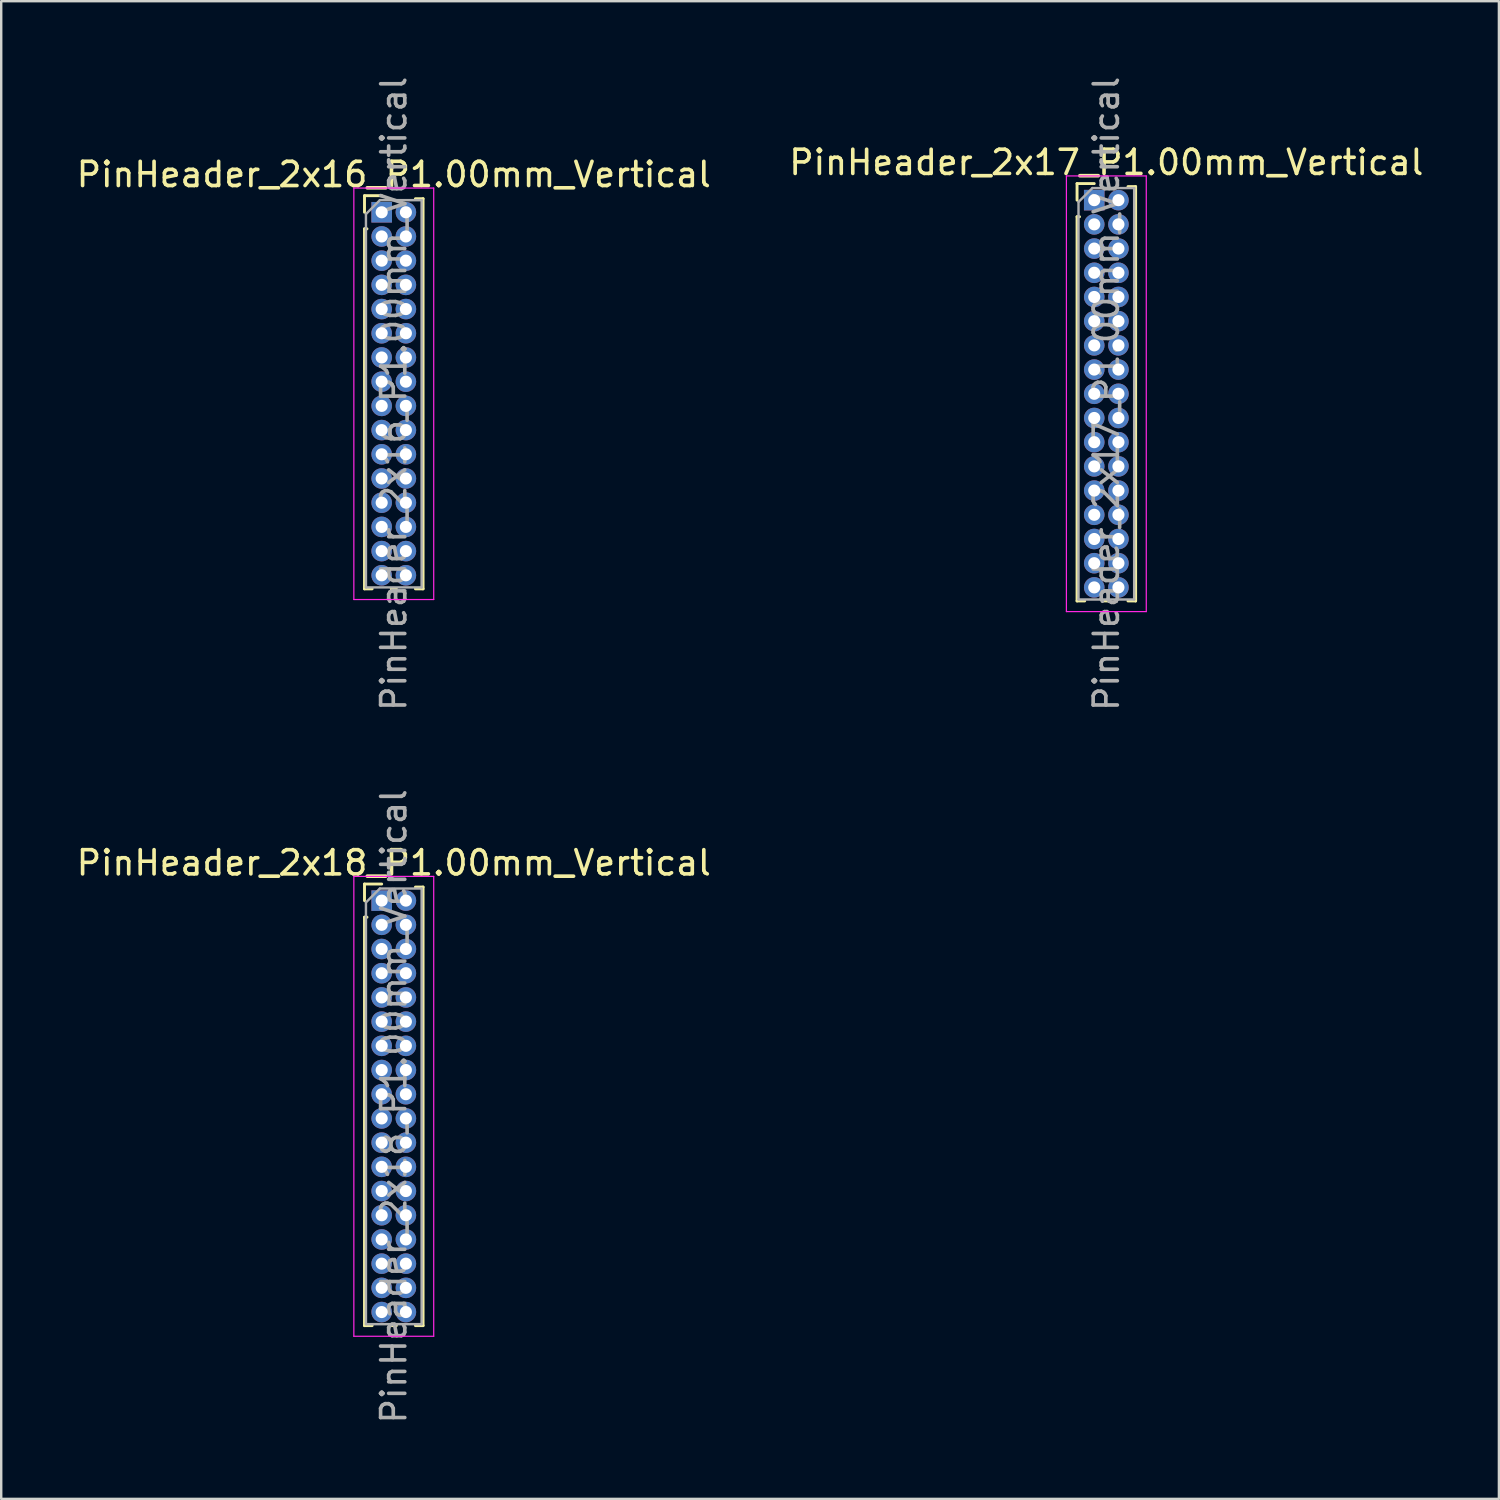
<source format=kicad_pcb>
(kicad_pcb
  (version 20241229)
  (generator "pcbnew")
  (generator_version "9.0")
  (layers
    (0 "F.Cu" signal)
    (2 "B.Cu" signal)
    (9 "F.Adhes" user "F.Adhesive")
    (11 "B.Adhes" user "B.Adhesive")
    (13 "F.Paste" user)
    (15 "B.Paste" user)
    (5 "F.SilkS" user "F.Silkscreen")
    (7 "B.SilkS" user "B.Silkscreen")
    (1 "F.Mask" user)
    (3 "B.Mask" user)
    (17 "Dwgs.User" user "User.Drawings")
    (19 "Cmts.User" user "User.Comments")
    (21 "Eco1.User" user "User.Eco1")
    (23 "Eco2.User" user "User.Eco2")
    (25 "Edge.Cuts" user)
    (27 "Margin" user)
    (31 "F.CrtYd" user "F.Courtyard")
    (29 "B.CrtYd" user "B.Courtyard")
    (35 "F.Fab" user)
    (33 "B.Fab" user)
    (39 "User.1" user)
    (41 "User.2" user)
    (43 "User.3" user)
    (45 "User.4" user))
  (footprint "PinHeader_2x17_P1.00mm_Vertical"
    (layer "F.Cu")
    (at 42.161 5.22)
    (property "Reference" "PinHeader_2x17_P1.00mm_Vertical" (at 0.5 -1.56 0) (layer "F.SilkS") (effects (font (size 1 1) (thickness 0.15))))
    (attr through_hole)
    (fp_line (start -0.71 -0.685) (end 0 -0.685) (stroke (width 0.12) (type solid)) (layer "F.SilkS"))
    (fp_line (start -0.71 0) (end -0.71 -0.685) (stroke (width 0.12) (type solid)) (layer "F.SilkS"))
    (fp_line (start -0.71 0.685) (end -0.71 16.56) (stroke (width 0.12) (type solid)) (layer "F.SilkS"))
    (fp_line (start -0.71 0.685) (end -0.608 0.685) (stroke (width 0.12) (type solid)) (layer "F.SilkS"))
    (fp_line (start -0.71 16.56) (end -0.394 16.56) (stroke (width 0.12) (type solid)) (layer "F.SilkS"))
    (fp_line (start 0.394 16.56) (end 0.606 16.56) (stroke (width 0.12) (type solid)) (layer "F.SilkS"))
    (fp_line (start 1.394 -0.56) (end 1.71 -0.56) (stroke (width 0.12) (type solid)) (layer "F.SilkS"))
    (fp_line (start 1.394 16.56) (end 1.71 16.56) (stroke (width 0.12) (type solid)) (layer "F.SilkS"))
    (fp_line (start 1.71 -0.56) (end 1.71 16.56) (stroke (width 0.12) (type solid)) (layer "F.SilkS"))
    (fp_line (start -1.15 -1) (end -1.15 17) (stroke (width 0.05) (type solid)) (layer "F.CrtYd"))
    (fp_line (start -1.15 17) (end 2.15 17) (stroke (width 0.05) (type solid)) (layer "F.CrtYd"))
    (fp_line (start 2.15 -1) (end -1.15 -1) (stroke (width 0.05) (type solid)) (layer "F.CrtYd"))
    (fp_line (start 2.15 17) (end 2.15 -1) (stroke (width 0.05) (type solid)) (layer "F.CrtYd"))
    (fp_line (start -0.65 0.075) (end -0.075 -0.5) (stroke (width 0.1) (type solid)) (layer "F.Fab"))
    (fp_line (start -0.65 16.5) (end -0.65 0.075) (stroke (width 0.1) (type solid)) (layer "F.Fab"))
    (fp_line (start -0.075 -0.5) (end 1.65 -0.5) (stroke (width 0.1) (type solid)) (layer "F.Fab"))
    (fp_line (start 1.65 -0.5) (end 1.65 16.5) (stroke (width 0.1) (type solid)) (layer "F.Fab"))
    (fp_line (start 1.65 16.5) (end -0.65 16.5) (stroke (width 0.1) (type solid)) (layer "F.Fab"))
    (fp_text user "${REFERENCE}" (at 0.5 8 90) (layer "F.Fab") (effects (font (size 1 1) (thickness 0.15))))
    (pad "1" thru_hole rect (at 0 0) (size 0.85 0.85) (drill 0.5) (layers "*.Cu" "*.Mask"))
    (pad "2" thru_hole oval (at 1 0) (size 0.85 0.85) (drill 0.5) (layers "*.Cu" "*.Mask"))
    (pad "3" thru_hole oval (at 0 1) (size 0.85 0.85) (drill 0.5) (layers "*.Cu" "*.Mask"))
    (pad "4" thru_hole oval (at 1 1) (size 0.85 0.85) (drill 0.5) (layers "*.Cu" "*.Mask"))
    (pad "5" thru_hole oval (at 0 2) (size 0.85 0.85) (drill 0.5) (layers "*.Cu" "*.Mask"))
    (pad "6" thru_hole oval (at 1 2) (size 0.85 0.85) (drill 0.5) (layers "*.Cu" "*.Mask"))
    (pad "7" thru_hole oval (at 0 3) (size 0.85 0.85) (drill 0.5) (layers "*.Cu" "*.Mask"))
    (pad "8" thru_hole oval (at 1 3) (size 0.85 0.85) (drill 0.5) (layers "*.Cu" "*.Mask"))
    (pad "9" thru_hole oval (at 0 4) (size 0.85 0.85) (drill 0.5) (layers "*.Cu" "*.Mask"))
    (pad "10" thru_hole oval (at 1 4) (size 0.85 0.85) (drill 0.5) (layers "*.Cu" "*.Mask"))
    (pad "11" thru_hole oval (at 0 5) (size 0.85 0.85) (drill 0.5) (layers "*.Cu" "*.Mask"))
    (pad "12" thru_hole oval (at 1 5) (size 0.85 0.85) (drill 0.5) (layers "*.Cu" "*.Mask"))
    (pad "13" thru_hole oval (at 0 6) (size 0.85 0.85) (drill 0.5) (layers "*.Cu" "*.Mask"))
    (pad "14" thru_hole oval (at 1 6) (size 0.85 0.85) (drill 0.5) (layers "*.Cu" "*.Mask"))
    (pad "15" thru_hole oval (at 0 7) (size 0.85 0.85) (drill 0.5) (layers "*.Cu" "*.Mask"))
    (pad "16" thru_hole oval (at 1 7) (size 0.85 0.85) (drill 0.5) (layers "*.Cu" "*.Mask"))
    (pad "17" thru_hole oval (at 0 8) (size 0.85 0.85) (drill 0.5) (layers "*.Cu" "*.Mask"))
    (pad "18" thru_hole oval (at 1 8) (size 0.85 0.85) (drill 0.5) (layers "*.Cu" "*.Mask"))
    (pad "19" thru_hole oval (at 0 9) (size 0.85 0.85) (drill 0.5) (layers "*.Cu" "*.Mask"))
    (pad "20" thru_hole oval (at 1 9) (size 0.85 0.85) (drill 0.5) (layers "*.Cu" "*.Mask"))
    (pad "21" thru_hole oval (at 0 10) (size 0.85 0.85) (drill 0.5) (layers "*.Cu" "*.Mask"))
    (pad "22" thru_hole oval (at 1 10) (size 0.85 0.85) (drill 0.5) (layers "*.Cu" "*.Mask"))
    (pad "23" thru_hole oval (at 0 11) (size 0.85 0.85) (drill 0.5) (layers "*.Cu" "*.Mask"))
    (pad "24" thru_hole oval (at 1 11) (size 0.85 0.85) (drill 0.5) (layers "*.Cu" "*.Mask"))
    (pad "25" thru_hole oval (at 0 12) (size 0.85 0.85) (drill 0.5) (layers "*.Cu" "*.Mask"))
    (pad "26" thru_hole oval (at 1 12) (size 0.85 0.85) (drill 0.5) (layers "*.Cu" "*.Mask"))
    (pad "27" thru_hole oval (at 0 13) (size 0.85 0.85) (drill 0.5) (layers "*.Cu" "*.Mask"))
    (pad "28" thru_hole oval (at 1 13) (size 0.85 0.85) (drill 0.5) (layers "*.Cu" "*.Mask"))
    (pad "29" thru_hole oval (at 0 14) (size 0.85 0.85) (drill 0.5) (layers "*.Cu" "*.Mask"))
    (pad "30" thru_hole oval (at 1 14) (size 0.85 0.85) (drill 0.5) (layers "*.Cu" "*.Mask"))
    (pad "31" thru_hole oval (at 0 15) (size 0.85 0.85) (drill 0.5) (layers "*.Cu" "*.Mask"))
    (pad "32" thru_hole oval (at 1 15) (size 0.85 0.85) (drill 0.5) (layers "*.Cu" "*.Mask"))
    (pad "33" thru_hole oval (at 0 16) (size 0.85 0.85) (drill 0.5) (layers "*.Cu" "*.Mask"))
    (pad "34" thru_hole oval (at 1 16) (size 0.85 0.85) (drill 0.5) (layers "*.Cu" "*.Mask")))
  (footprint "PinHeader_2x18_P1.00mm_Vertical"
    (layer "F.Cu")
    (at 12.72 34.161)
    (property "Reference" "PinHeader_2x18_P1.00mm_Vertical" (at 0.5 -1.56 0) (layer "F.SilkS") (effects (font (size 1 1) (thickness 0.15))))
    (attr through_hole)
    (fp_line (start -0.71 -0.685) (end 0 -0.685) (stroke (width 0.12) (type solid)) (layer "F.SilkS"))
    (fp_line (start -0.71 0) (end -0.71 -0.685) (stroke (width 0.12) (type solid)) (layer "F.SilkS"))
    (fp_line (start -0.71 0.685) (end -0.71 17.56) (stroke (width 0.12) (type solid)) (layer "F.SilkS"))
    (fp_line (start -0.71 0.685) (end -0.608 0.685) (stroke (width 0.12) (type solid)) (layer "F.SilkS"))
    (fp_line (start -0.71 17.56) (end -0.394 17.56) (stroke (width 0.12) (type solid)) (layer "F.SilkS"))
    (fp_line (start 0.394 17.56) (end 0.606 17.56) (stroke (width 0.12) (type solid)) (layer "F.SilkS"))
    (fp_line (start 1.394 -0.56) (end 1.71 -0.56) (stroke (width 0.12) (type solid)) (layer "F.SilkS"))
    (fp_line (start 1.394 17.56) (end 1.71 17.56) (stroke (width 0.12) (type solid)) (layer "F.SilkS"))
    (fp_line (start 1.71 -0.56) (end 1.71 17.56) (stroke (width 0.12) (type solid)) (layer "F.SilkS"))
    (fp_line (start -1.15 -1) (end -1.15 18) (stroke (width 0.05) (type solid)) (layer "F.CrtYd"))
    (fp_line (start -1.15 18) (end 2.15 18) (stroke (width 0.05) (type solid)) (layer "F.CrtYd"))
    (fp_line (start 2.15 -1) (end -1.15 -1) (stroke (width 0.05) (type solid)) (layer "F.CrtYd"))
    (fp_line (start 2.15 18) (end 2.15 -1) (stroke (width 0.05) (type solid)) (layer "F.CrtYd"))
    (fp_line (start -0.65 0.075) (end -0.075 -0.5) (stroke (width 0.1) (type solid)) (layer "F.Fab"))
    (fp_line (start -0.65 17.5) (end -0.65 0.075) (stroke (width 0.1) (type solid)) (layer "F.Fab"))
    (fp_line (start -0.075 -0.5) (end 1.65 -0.5) (stroke (width 0.1) (type solid)) (layer "F.Fab"))
    (fp_line (start 1.65 -0.5) (end 1.65 17.5) (stroke (width 0.1) (type solid)) (layer "F.Fab"))
    (fp_line (start 1.65 17.5) (end -0.65 17.5) (stroke (width 0.1) (type solid)) (layer "F.Fab"))
    (fp_text user "${REFERENCE}" (at 0.5 8.5 90) (layer "F.Fab") (effects (font (size 1 1) (thickness 0.15))))
    (pad "1" thru_hole rect (at 0 0) (size 0.85 0.85) (drill 0.5) (layers "*.Cu" "*.Mask"))
    (pad "2" thru_hole oval (at 1 0) (size 0.85 0.85) (drill 0.5) (layers "*.Cu" "*.Mask"))
    (pad "3" thru_hole oval (at 0 1) (size 0.85 0.85) (drill 0.5) (layers "*.Cu" "*.Mask"))
    (pad "4" thru_hole oval (at 1 1) (size 0.85 0.85) (drill 0.5) (layers "*.Cu" "*.Mask"))
    (pad "5" thru_hole oval (at 0 2) (size 0.85 0.85) (drill 0.5) (layers "*.Cu" "*.Mask"))
    (pad "6" thru_hole oval (at 1 2) (size 0.85 0.85) (drill 0.5) (layers "*.Cu" "*.Mask"))
    (pad "7" thru_hole oval (at 0 3) (size 0.85 0.85) (drill 0.5) (layers "*.Cu" "*.Mask"))
    (pad "8" thru_hole oval (at 1 3) (size 0.85 0.85) (drill 0.5) (layers "*.Cu" "*.Mask"))
    (pad "9" thru_hole oval (at 0 4) (size 0.85 0.85) (drill 0.5) (layers "*.Cu" "*.Mask"))
    (pad "10" thru_hole oval (at 1 4) (size 0.85 0.85) (drill 0.5) (layers "*.Cu" "*.Mask"))
    (pad "11" thru_hole oval (at 0 5) (size 0.85 0.85) (drill 0.5) (layers "*.Cu" "*.Mask"))
    (pad "12" thru_hole oval (at 1 5) (size 0.85 0.85) (drill 0.5) (layers "*.Cu" "*.Mask"))
    (pad "13" thru_hole oval (at 0 6) (size 0.85 0.85) (drill 0.5) (layers "*.Cu" "*.Mask"))
    (pad "14" thru_hole oval (at 1 6) (size 0.85 0.85) (drill 0.5) (layers "*.Cu" "*.Mask"))
    (pad "15" thru_hole oval (at 0 7) (size 0.85 0.85) (drill 0.5) (layers "*.Cu" "*.Mask"))
    (pad "16" thru_hole oval (at 1 7) (size 0.85 0.85) (drill 0.5) (layers "*.Cu" "*.Mask"))
    (pad "17" thru_hole oval (at 0 8) (size 0.85 0.85) (drill 0.5) (layers "*.Cu" "*.Mask"))
    (pad "18" thru_hole oval (at 1 8) (size 0.85 0.85) (drill 0.5) (layers "*.Cu" "*.Mask"))
    (pad "19" thru_hole oval (at 0 9) (size 0.85 0.85) (drill 0.5) (layers "*.Cu" "*.Mask"))
    (pad "20" thru_hole oval (at 1 9) (size 0.85 0.85) (drill 0.5) (layers "*.Cu" "*.Mask"))
    (pad "21" thru_hole oval (at 0 10) (size 0.85 0.85) (drill 0.5) (layers "*.Cu" "*.Mask"))
    (pad "22" thru_hole oval (at 1 10) (size 0.85 0.85) (drill 0.5) (layers "*.Cu" "*.Mask"))
    (pad "23" thru_hole oval (at 0 11) (size 0.85 0.85) (drill 0.5) (layers "*.Cu" "*.Mask"))
    (pad "24" thru_hole oval (at 1 11) (size 0.85 0.85) (drill 0.5) (layers "*.Cu" "*.Mask"))
    (pad "25" thru_hole oval (at 0 12) (size 0.85 0.85) (drill 0.5) (layers "*.Cu" "*.Mask"))
    (pad "26" thru_hole oval (at 1 12) (size 0.85 0.85) (drill 0.5) (layers "*.Cu" "*.Mask"))
    (pad "27" thru_hole oval (at 0 13) (size 0.85 0.85) (drill 0.5) (layers "*.Cu" "*.Mask"))
    (pad "28" thru_hole oval (at 1 13) (size 0.85 0.85) (drill 0.5) (layers "*.Cu" "*.Mask"))
    (pad "29" thru_hole oval (at 0 14) (size 0.85 0.85) (drill 0.5) (layers "*.Cu" "*.Mask"))
    (pad "30" thru_hole oval (at 1 14) (size 0.85 0.85) (drill 0.5) (layers "*.Cu" "*.Mask"))
    (pad "31" thru_hole oval (at 0 15) (size 0.85 0.85) (drill 0.5) (layers "*.Cu" "*.Mask"))
    (pad "32" thru_hole oval (at 1 15) (size 0.85 0.85) (drill 0.5) (layers "*.Cu" "*.Mask"))
    (pad "33" thru_hole oval (at 0 16) (size 0.85 0.85) (drill 0.5) (layers "*.Cu" "*.Mask"))
    (pad "34" thru_hole oval (at 1 16) (size 0.85 0.85) (drill 0.5) (layers "*.Cu" "*.Mask"))
    (pad "35" thru_hole oval (at 0 17) (size 0.85 0.85) (drill 0.5) (layers "*.Cu" "*.Mask"))
    (pad "36" thru_hole oval (at 1 17) (size 0.85 0.85) (drill 0.5) (layers "*.Cu" "*.Mask")))
  (footprint "PinHeader_2x16_P1.00mm_Vertical"
    (layer "F.Cu")
    (at 12.72 5.72)
    (property "Reference" "PinHeader_2x16_P1.00mm_Vertical" (at 0.5 -1.56 0) (layer "F.SilkS") (effects (font (size 1 1) (thickness 0.15))))
    (attr through_hole)
    (fp_line (start -0.71 -0.685) (end 0 -0.685) (stroke (width 0.12) (type solid)) (layer "F.SilkS"))
    (fp_line (start -0.71 0) (end -0.71 -0.685) (stroke (width 0.12) (type solid)) (layer "F.SilkS"))
    (fp_line (start -0.71 0.685) (end -0.71 15.56) (stroke (width 0.12) (type solid)) (layer "F.SilkS"))
    (fp_line (start -0.71 0.685) (end -0.608 0.685) (stroke (width 0.12) (type solid)) (layer "F.SilkS"))
    (fp_line (start -0.71 15.56) (end -0.394 15.56) (stroke (width 0.12) (type solid)) (layer "F.SilkS"))
    (fp_line (start 0.394 15.56) (end 0.606 15.56) (stroke (width 0.12) (type solid)) (layer "F.SilkS"))
    (fp_line (start 1.394 -0.56) (end 1.71 -0.56) (stroke (width 0.12) (type solid)) (layer "F.SilkS"))
    (fp_line (start 1.394 15.56) (end 1.71 15.56) (stroke (width 0.12) (type solid)) (layer "F.SilkS"))
    (fp_line (start 1.71 -0.56) (end 1.71 15.56) (stroke (width 0.12) (type solid)) (layer "F.SilkS"))
    (fp_line (start -1.15 -1) (end -1.15 16) (stroke (width 0.05) (type solid)) (layer "F.CrtYd"))
    (fp_line (start -1.15 16) (end 2.15 16) (stroke (width 0.05) (type solid)) (layer "F.CrtYd"))
    (fp_line (start 2.15 -1) (end -1.15 -1) (stroke (width 0.05) (type solid)) (layer "F.CrtYd"))
    (fp_line (start 2.15 16) (end 2.15 -1) (stroke (width 0.05) (type solid)) (layer "F.CrtYd"))
    (fp_line (start -0.65 0.075) (end -0.075 -0.5) (stroke (width 0.1) (type solid)) (layer "F.Fab"))
    (fp_line (start -0.65 15.5) (end -0.65 0.075) (stroke (width 0.1) (type solid)) (layer "F.Fab"))
    (fp_line (start -0.075 -0.5) (end 1.65 -0.5) (stroke (width 0.1) (type solid)) (layer "F.Fab"))
    (fp_line (start 1.65 -0.5) (end 1.65 15.5) (stroke (width 0.1) (type solid)) (layer "F.Fab"))
    (fp_line (start 1.65 15.5) (end -0.65 15.5) (stroke (width 0.1) (type solid)) (layer "F.Fab"))
    (fp_text user "${REFERENCE}" (at 0.5 7.5 90) (layer "F.Fab") (effects (font (size 1 1) (thickness 0.15))))
    (pad "1" thru_hole rect (at 0 0) (size 0.85 0.85) (drill 0.5) (layers "*.Cu" "*.Mask"))
    (pad "2" thru_hole oval (at 1 0) (size 0.85 0.85) (drill 0.5) (layers "*.Cu" "*.Mask"))
    (pad "3" thru_hole oval (at 0 1) (size 0.85 0.85) (drill 0.5) (layers "*.Cu" "*.Mask"))
    (pad "4" thru_hole oval (at 1 1) (size 0.85 0.85) (drill 0.5) (layers "*.Cu" "*.Mask"))
    (pad "5" thru_hole oval (at 0 2) (size 0.85 0.85) (drill 0.5) (layers "*.Cu" "*.Mask"))
    (pad "6" thru_hole oval (at 1 2) (size 0.85 0.85) (drill 0.5) (layers "*.Cu" "*.Mask"))
    (pad "7" thru_hole oval (at 0 3) (size 0.85 0.85) (drill 0.5) (layers "*.Cu" "*.Mask"))
    (pad "8" thru_hole oval (at 1 3) (size 0.85 0.85) (drill 0.5) (layers "*.Cu" "*.Mask"))
    (pad "9" thru_hole oval (at 0 4) (size 0.85 0.85) (drill 0.5) (layers "*.Cu" "*.Mask"))
    (pad "10" thru_hole oval (at 1 4) (size 0.85 0.85) (drill 0.5) (layers "*.Cu" "*.Mask"))
    (pad "11" thru_hole oval (at 0 5) (size 0.85 0.85) (drill 0.5) (layers "*.Cu" "*.Mask"))
    (pad "12" thru_hole oval (at 1 5) (size 0.85 0.85) (drill 0.5) (layers "*.Cu" "*.Mask"))
    (pad "13" thru_hole oval (at 0 6) (size 0.85 0.85) (drill 0.5) (layers "*.Cu" "*.Mask"))
    (pad "14" thru_hole oval (at 1 6) (size 0.85 0.85) (drill 0.5) (layers "*.Cu" "*.Mask"))
    (pad "15" thru_hole oval (at 0 7) (size 0.85 0.85) (drill 0.5) (layers "*.Cu" "*.Mask"))
    (pad "16" thru_hole oval (at 1 7) (size 0.85 0.85) (drill 0.5) (layers "*.Cu" "*.Mask"))
    (pad "17" thru_hole oval (at 0 8) (size 0.85 0.85) (drill 0.5) (layers "*.Cu" "*.Mask"))
    (pad "18" thru_hole oval (at 1 8) (size 0.85 0.85) (drill 0.5) (layers "*.Cu" "*.Mask"))
    (pad "19" thru_hole oval (at 0 9) (size 0.85 0.85) (drill 0.5) (layers "*.Cu" "*.Mask"))
    (pad "20" thru_hole oval (at 1 9) (size 0.85 0.85) (drill 0.5) (layers "*.Cu" "*.Mask"))
    (pad "21" thru_hole oval (at 0 10) (size 0.85 0.85) (drill 0.5) (layers "*.Cu" "*.Mask"))
    (pad "22" thru_hole oval (at 1 10) (size 0.85 0.85) (drill 0.5) (layers "*.Cu" "*.Mask"))
    (pad "23" thru_hole oval (at 0 11) (size 0.85 0.85) (drill 0.5) (layers "*.Cu" "*.Mask"))
    (pad "24" thru_hole oval (at 1 11) (size 0.85 0.85) (drill 0.5) (layers "*.Cu" "*.Mask"))
    (pad "25" thru_hole oval (at 0 12) (size 0.85 0.85) (drill 0.5) (layers "*.Cu" "*.Mask"))
    (pad "26" thru_hole oval (at 1 12) (size 0.85 0.85) (drill 0.5) (layers "*.Cu" "*.Mask"))
    (pad "27" thru_hole oval (at 0 13) (size 0.85 0.85) (drill 0.5) (layers "*.Cu" "*.Mask"))
    (pad "28" thru_hole oval (at 1 13) (size 0.85 0.85) (drill 0.5) (layers "*.Cu" "*.Mask"))
    (pad "29" thru_hole oval (at 0 14) (size 0.85 0.85) (drill 0.5) (layers "*.Cu" "*.Mask"))
    (pad "30" thru_hole oval (at 1 14) (size 0.85 0.85) (drill 0.5) (layers "*.Cu" "*.Mask"))
    (pad "31" thru_hole oval (at 0 15) (size 0.85 0.85) (drill 0.5) (layers "*.Cu" "*.Mask"))
    (pad "32" thru_hole oval (at 1 15) (size 0.85 0.85) (drill 0.5) (layers "*.Cu" "*.Mask")))
  (gr_rect
    (start -3 -3)
    (end 58.881 58.881)
    (stroke (width 0.1) (type default))
    (fill no)
    (layer "Edge.Cuts")))
</source>
